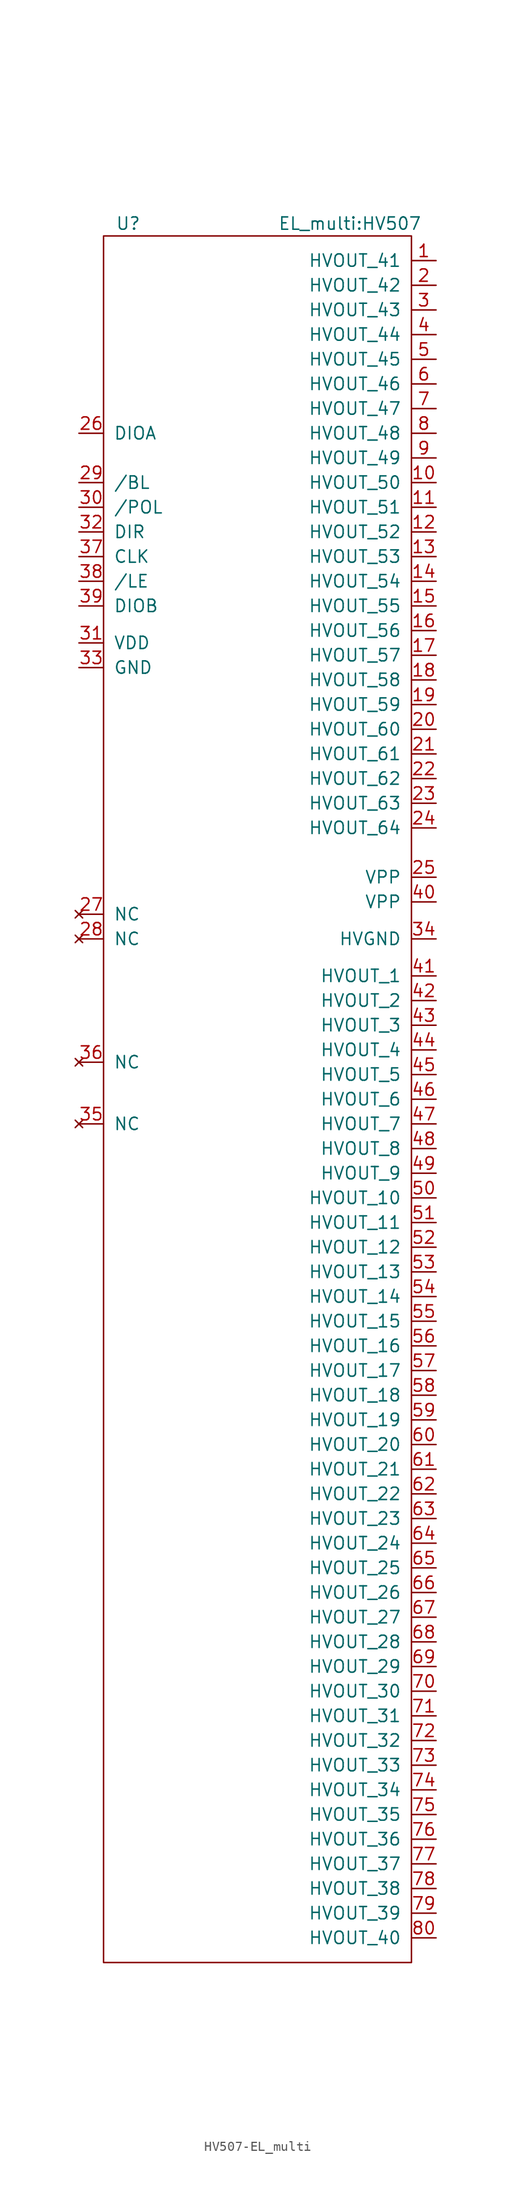
<source format=kicad_sym>
(kicad_symbol_lib
  (version 20241209)
  (generator "kicad_symbol_editor")
  (generator_version "9.0")
  (symbol "HV507-EL_multi"
    (pin_names
      (offset 1.016))
    (property "Reference" "U"
      (at -8.89 54.61 0)
      (effects (font (size 1.27 1.27))))
    (property "Value" "EL_multi:HV507"
      (at 13.97 54.61 0)
      (effects (font (size 1.27 1.27))))
    (symbol "HV507-EL_multi_0_1"
      (rectangle (start 20.32 53.34) (end -11.43 -124.46) (stroke (width 0) (type solid)) (fill (type none))))
    (symbol "HV507-EL_multi_1_1"
      (pin input line (at -13.97 33.02 0) (length 2.54) (name "DIOA" (effects (font (size 1.27 1.27)))) (number "26" (effects (font (size 1.27 1.27)))))
      (pin input line (at -13.97 27.94 0) (length 2.54) (name "/BL" (effects (font (size 1.27 1.27)))) (number "29" (effects (font (size 1.27 1.27)))))
      (pin input line (at -13.97 25.4 0) (length 2.54) (name "/POL" (effects (font (size 1.27 1.27)))) (number "30" (effects (font (size 1.27 1.27)))))
      (pin input line (at -13.97 22.86 0) (length 2.54) (name "DIR" (effects (font (size 1.27 1.27)))) (number "32" (effects (font (size 1.27 1.27)))))
      (pin input line (at -13.97 20.32 0) (length 2.54) (name "CLK" (effects (font (size 1.27 1.27)))) (number "37" (effects (font (size 1.27 1.27)))))
      (pin input line (at -13.97 17.78 0) (length 2.54) (name "/LE" (effects (font (size 1.27 1.27)))) (number "38" (effects (font (size 1.27 1.27)))))
      (pin input line (at -13.97 15.24 0) (length 2.54) (name "DIOB" (effects (font (size 1.27 1.27)))) (number "39" (effects (font (size 1.27 1.27)))))
      (pin power_in line (at -13.97 11.43 0) (length 2.54) (name "VDD" (effects (font (size 1.27 1.27)))) (number "31" (effects (font (size 1.27 1.27)))))
      (pin power_in line (at -13.97 8.89 0) (length 2.54) (name "GND" (effects (font (size 1.27 1.27)))) (number "33" (effects (font (size 1.27 1.27)))))
      (pin no_connect line (at -13.97 -16.51 0) (length 2.54) (name "NC" (effects (font (size 1.27 1.27)))) (number "27" (effects (font (size 1.27 1.27)))))
      (pin no_connect line (at -13.97 -19.05 0) (length 2.54) (name "NC" (effects (font (size 1.27 1.27)))) (number "28" (effects (font (size 1.27 1.27)))))
      (pin no_connect line (at -13.97 -31.75 0) (length 2.54) (name "NC" (effects (font (size 1.27 1.27)))) (number "36" (effects (font (size 1.27 1.27)))))
      (pin no_connect line (at -13.97 -38.1 0) (length 2.54) (name "NC" (effects (font (size 1.27 1.27)))) (number "35" (effects (font (size 1.27 1.27)))))
      (pin power_out line (at 22.86 50.8 180) (length 2.54) (name "HVOUT_41" (effects (font (size 1.27 1.27)))) (number "1" (effects (font (size 1.27 1.27)))))
      (pin power_out line (at 22.86 48.26 180) (length 2.54) (name "HVOUT_42" (effects (font (size 1.27 1.27)))) (number "2" (effects (font (size 1.27 1.27)))))
      (pin power_out line (at 22.86 45.72 180) (length 2.54) (name "HVOUT_43" (effects (font (size 1.27 1.27)))) (number "3" (effects (font (size 1.27 1.27)))))
      (pin power_out line (at 22.86 43.18 180) (length 2.54) (name "HVOUT_44" (effects (font (size 1.27 1.27)))) (number "4" (effects (font (size 1.27 1.27)))))
      (pin power_out line (at 22.86 40.64 180) (length 2.54) (name "HVOUT_45" (effects (font (size 1.27 1.27)))) (number "5" (effects (font (size 1.27 1.27)))))
      (pin power_out line (at 22.86 38.1 180) (length 2.54) (name "HVOUT_46" (effects (font (size 1.27 1.27)))) (number "6" (effects (font (size 1.27 1.27)))))
      (pin power_out line (at 22.86 35.56 180) (length 2.54) (name "HVOUT_47" (effects (font (size 1.27 1.27)))) (number "7" (effects (font (size 1.27 1.27)))))
      (pin power_out line (at 22.86 33.02 180) (length 2.54) (name "HVOUT_48" (effects (font (size 1.27 1.27)))) (number "8" (effects (font (size 1.27 1.27)))))
      (pin power_out line (at 22.86 30.48 180) (length 2.54) (name "HVOUT_49" (effects (font (size 1.27 1.27)))) (number "9" (effects (font (size 1.27 1.27)))))
      (pin power_out line (at 22.86 27.94 180) (length 2.54) (name "HVOUT_50" (effects (font (size 1.27 1.27)))) (number "10" (effects (font (size 1.27 1.27)))))
      (pin power_out line (at 22.86 25.4 180) (length 2.54) (name "HVOUT_51" (effects (font (size 1.27 1.27)))) (number "11" (effects (font (size 1.27 1.27)))))
      (pin power_out line (at 22.86 22.86 180) (length 2.54) (name "HVOUT_52" (effects (font (size 1.27 1.27)))) (number "12" (effects (font (size 1.27 1.27)))))
      (pin power_out line (at 22.86 20.32 180) (length 2.54) (name "HVOUT_53" (effects (font (size 1.27 1.27)))) (number "13" (effects (font (size 1.27 1.27)))))
      (pin power_out line (at 22.86 17.78 180) (length 2.54) (name "HVOUT_54" (effects (font (size 1.27 1.27)))) (number "14" (effects (font (size 1.27 1.27)))))
      (pin power_out line (at 22.86 15.24 180) (length 2.54) (name "HVOUT_55" (effects (font (size 1.27 1.27)))) (number "15" (effects (font (size 1.27 1.27)))))
      (pin power_out line (at 22.86 12.7 180) (length 2.54) (name "HVOUT_56" (effects (font (size 1.27 1.27)))) (number "16" (effects (font (size 1.27 1.27)))))
      (pin power_out line (at 22.86 10.16 180) (length 2.54) (name "HVOUT_57" (effects (font (size 1.27 1.27)))) (number "17" (effects (font (size 1.27 1.27)))))
      (pin power_out line (at 22.86 7.62 180) (length 2.54) (name "HVOUT_58" (effects (font (size 1.27 1.27)))) (number "18" (effects (font (size 1.27 1.27)))))
      (pin power_out line (at 22.86 5.08 180) (length 2.54) (name "HVOUT_59" (effects (font (size 1.27 1.27)))) (number "19" (effects (font (size 1.27 1.27)))))
      (pin power_out line (at 22.86 2.54 180) (length 2.54) (name "HVOUT_60" (effects (font (size 1.27 1.27)))) (number "20" (effects (font (size 1.27 1.27)))))
      (pin power_out line (at 22.86 0 180) (length 2.54) (name "HVOUT_61" (effects (font (size 1.27 1.27)))) (number "21" (effects (font (size 1.27 1.27)))))
      (pin power_out line (at 22.86 -2.54 180) (length 2.54) (name "HVOUT_62" (effects (font (size 1.27 1.27)))) (number "22" (effects (font (size 1.27 1.27)))))
      (pin power_out line (at 22.86 -5.08 180) (length 2.54) (name "HVOUT_63" (effects (font (size 1.27 1.27)))) (number "23" (effects (font (size 1.27 1.27)))))
      (pin power_out line (at 22.86 -7.62 180) (length 2.54) (name "HVOUT_64" (effects (font (size 1.27 1.27)))) (number "24" (effects (font (size 1.27 1.27)))))
      (pin power_in line (at 22.86 -12.7 180) (length 2.54) (name "VPP" (effects (font (size 1.27 1.27)))) (number "25" (effects (font (size 1.27 1.27)))))
      (pin power_in line (at 22.86 -15.24 180) (length 2.54) (name "VPP" (effects (font (size 1.27 1.27)))) (number "40" (effects (font (size 1.27 1.27)))))
      (pin power_in line (at 22.86 -19.05 180) (length 2.54) (name "HVGND" (effects (font (size 1.27 1.27)))) (number "34" (effects (font (size 1.27 1.27)))))
      (pin power_out line (at 22.86 -22.86 180) (length 2.54) (name "HVOUT_1" (effects (font (size 1.27 1.27)))) (number "41" (effects (font (size 1.27 1.27)))))
      (pin power_out line (at 22.86 -25.4 180) (length 2.54) (name "HVOUT_2" (effects (font (size 1.27 1.27)))) (number "42" (effects (font (size 1.27 1.27)))))
      (pin power_out line (at 22.86 -27.94 180) (length 2.54) (name "HVOUT_3" (effects (font (size 1.27 1.27)))) (number "43" (effects (font (size 1.27 1.27)))))
      (pin power_out line (at 22.86 -30.48 180) (length 2.54) (name "HVOUT_4" (effects (font (size 1.27 1.27)))) (number "44" (effects (font (size 1.27 1.27)))))
      (pin power_out line (at 22.86 -33.02 180) (length 2.54) (name "HVOUT_5" (effects (font (size 1.27 1.27)))) (number "45" (effects (font (size 1.27 1.27)))))
      (pin power_out line (at 22.86 -35.56 180) (length 2.54) (name "HVOUT_6" (effects (font (size 1.27 1.27)))) (number "46" (effects (font (size 1.27 1.27)))))
      (pin power_out line (at 22.86 -38.1 180) (length 2.54) (name "HVOUT_7" (effects (font (size 1.27 1.27)))) (number "47" (effects (font (size 1.27 1.27)))))
      (pin power_out line (at 22.86 -40.64 180) (length 2.54) (name "HVOUT_8" (effects (font (size 1.27 1.27)))) (number "48" (effects (font (size 1.27 1.27)))))
      (pin power_out line (at 22.86 -43.18 180) (length 2.54) (name "HVOUT_9" (effects (font (size 1.27 1.27)))) (number "49" (effects (font (size 1.27 1.27)))))
      (pin power_out line (at 22.86 -45.72 180) (length 2.54) (name "HVOUT_10" (effects (font (size 1.27 1.27)))) (number "50" (effects (font (size 1.27 1.27)))))
      (pin power_out line (at 22.86 -48.26 180) (length 2.54) (name "HVOUT_11" (effects (font (size 1.27 1.27)))) (number "51" (effects (font (size 1.27 1.27)))))
      (pin power_out line (at 22.86 -50.8 180) (length 2.54) (name "HVOUT_12" (effects (font (size 1.27 1.27)))) (number "52" (effects (font (size 1.27 1.27)))))
      (pin power_out line (at 22.86 -53.34 180) (length 2.54) (name "HVOUT_13" (effects (font (size 1.27 1.27)))) (number "53" (effects (font (size 1.27 1.27)))))
      (pin power_out line (at 22.86 -55.88 180) (length 2.54) (name "HVOUT_14" (effects (font (size 1.27 1.27)))) (number "54" (effects (font (size 1.27 1.27)))))
      (pin power_out line (at 22.86 -58.42 180) (length 2.54) (name "HVOUT_15" (effects (font (size 1.27 1.27)))) (number "55" (effects (font (size 1.27 1.27)))))
      (pin power_out line (at 22.86 -60.96 180) (length 2.54) (name "HVOUT_16" (effects (font (size 1.27 1.27)))) (number "56" (effects (font (size 1.27 1.27)))))
      (pin power_out line (at 22.86 -63.5 180) (length 2.54) (name "HVOUT_17" (effects (font (size 1.27 1.27)))) (number "57" (effects (font (size 1.27 1.27)))))
      (pin power_out line (at 22.86 -66.04 180) (length 2.54) (name "HVOUT_18" (effects (font (size 1.27 1.27)))) (number "58" (effects (font (size 1.27 1.27)))))
      (pin power_out line (at 22.86 -68.58 180) (length 2.54) (name "HVOUT_19" (effects (font (size 1.27 1.27)))) (number "59" (effects (font (size 1.27 1.27)))))
      (pin power_out line (at 22.86 -71.12 180) (length 2.54) (name "HVOUT_20" (effects (font (size 1.27 1.27)))) (number "60" (effects (font (size 1.27 1.27)))))
      (pin power_out line (at 22.86 -73.66 180) (length 2.54) (name "HVOUT_21" (effects (font (size 1.27 1.27)))) (number "61" (effects (font (size 1.27 1.27)))))
      (pin power_out line (at 22.86 -76.2 180) (length 2.54) (name "HVOUT_22" (effects (font (size 1.27 1.27)))) (number "62" (effects (font (size 1.27 1.27)))))
      (pin power_out line (at 22.86 -78.74 180) (length 2.54) (name "HVOUT_23" (effects (font (size 1.27 1.27)))) (number "63" (effects (font (size 1.27 1.27)))))
      (pin power_out line (at 22.86 -81.28 180) (length 2.54) (name "HVOUT_24" (effects (font (size 1.27 1.27)))) (number "64" (effects (font (size 1.27 1.27)))))
      (pin power_out line (at 22.86 -83.82 180) (length 2.54) (name "HVOUT_25" (effects (font (size 1.27 1.27)))) (number "65" (effects (font (size 1.27 1.27)))))
      (pin power_out line (at 22.86 -86.36 180) (length 2.54) (name "HVOUT_26" (effects (font (size 1.27 1.27)))) (number "66" (effects (font (size 1.27 1.27)))))
      (pin power_out line (at 22.86 -88.9 180) (length 2.54) (name "HVOUT_27" (effects (font (size 1.27 1.27)))) (number "67" (effects (font (size 1.27 1.27)))))
      (pin power_out line (at 22.86 -91.44 180) (length 2.54) (name "HVOUT_28" (effects (font (size 1.27 1.27)))) (number "68" (effects (font (size 1.27 1.27)))))
      (pin power_out line (at 22.86 -93.98 180) (length 2.54) (name "HVOUT_29" (effects (font (size 1.27 1.27)))) (number "69" (effects (font (size 1.27 1.27)))))
      (pin power_out line (at 22.86 -96.52 180) (length 2.54) (name "HVOUT_30" (effects (font (size 1.27 1.27)))) (number "70" (effects (font (size 1.27 1.27)))))
      (pin power_out line (at 22.86 -99.06 180) (length 2.54) (name "HVOUT_31" (effects (font (size 1.27 1.27)))) (number "71" (effects (font (size 1.27 1.27)))))
      (pin power_out line (at 22.86 -101.6 180) (length 2.54) (name "HVOUT_32" (effects (font (size 1.27 1.27)))) (number "72" (effects (font (size 1.27 1.27)))))
      (pin power_out line (at 22.86 -104.14 180) (length 2.54) (name "HVOUT_33" (effects (font (size 1.27 1.27)))) (number "73" (effects (font (size 1.27 1.27)))))
      (pin power_out line (at 22.86 -106.68 180) (length 2.54) (name "HVOUT_34" (effects (font (size 1.27 1.27)))) (number "74" (effects (font (size 1.27 1.27)))))
      (pin power_out line (at 22.86 -109.22 180) (length 2.54) (name "HVOUT_35" (effects (font (size 1.27 1.27)))) (number "75" (effects (font (size 1.27 1.27)))))
      (pin power_out line (at 22.86 -111.76 180) (length 2.54) (name "HVOUT_36" (effects (font (size 1.27 1.27)))) (number "76" (effects (font (size 1.27 1.27)))))
      (pin power_out line (at 22.86 -114.3 180) (length 2.54) (name "HVOUT_37" (effects (font (size 1.27 1.27)))) (number "77" (effects (font (size 1.27 1.27)))))
      (pin power_out line (at 22.86 -116.84 180) (length 2.54) (name "HVOUT_38" (effects (font (size 1.27 1.27)))) (number "78" (effects (font (size 1.27 1.27)))))
      (pin power_out line (at 22.86 -119.38 180) (length 2.54) (name "HVOUT_39" (effects (font (size 1.27 1.27)))) (number "79" (effects (font (size 1.27 1.27)))))
      (pin power_out line (at 22.86 -121.92 180) (length 2.54) (name "HVOUT_40" (effects (font (size 1.27 1.27)))) (number "80" (effects (font (size 1.27 1.27))))))))
</source>
